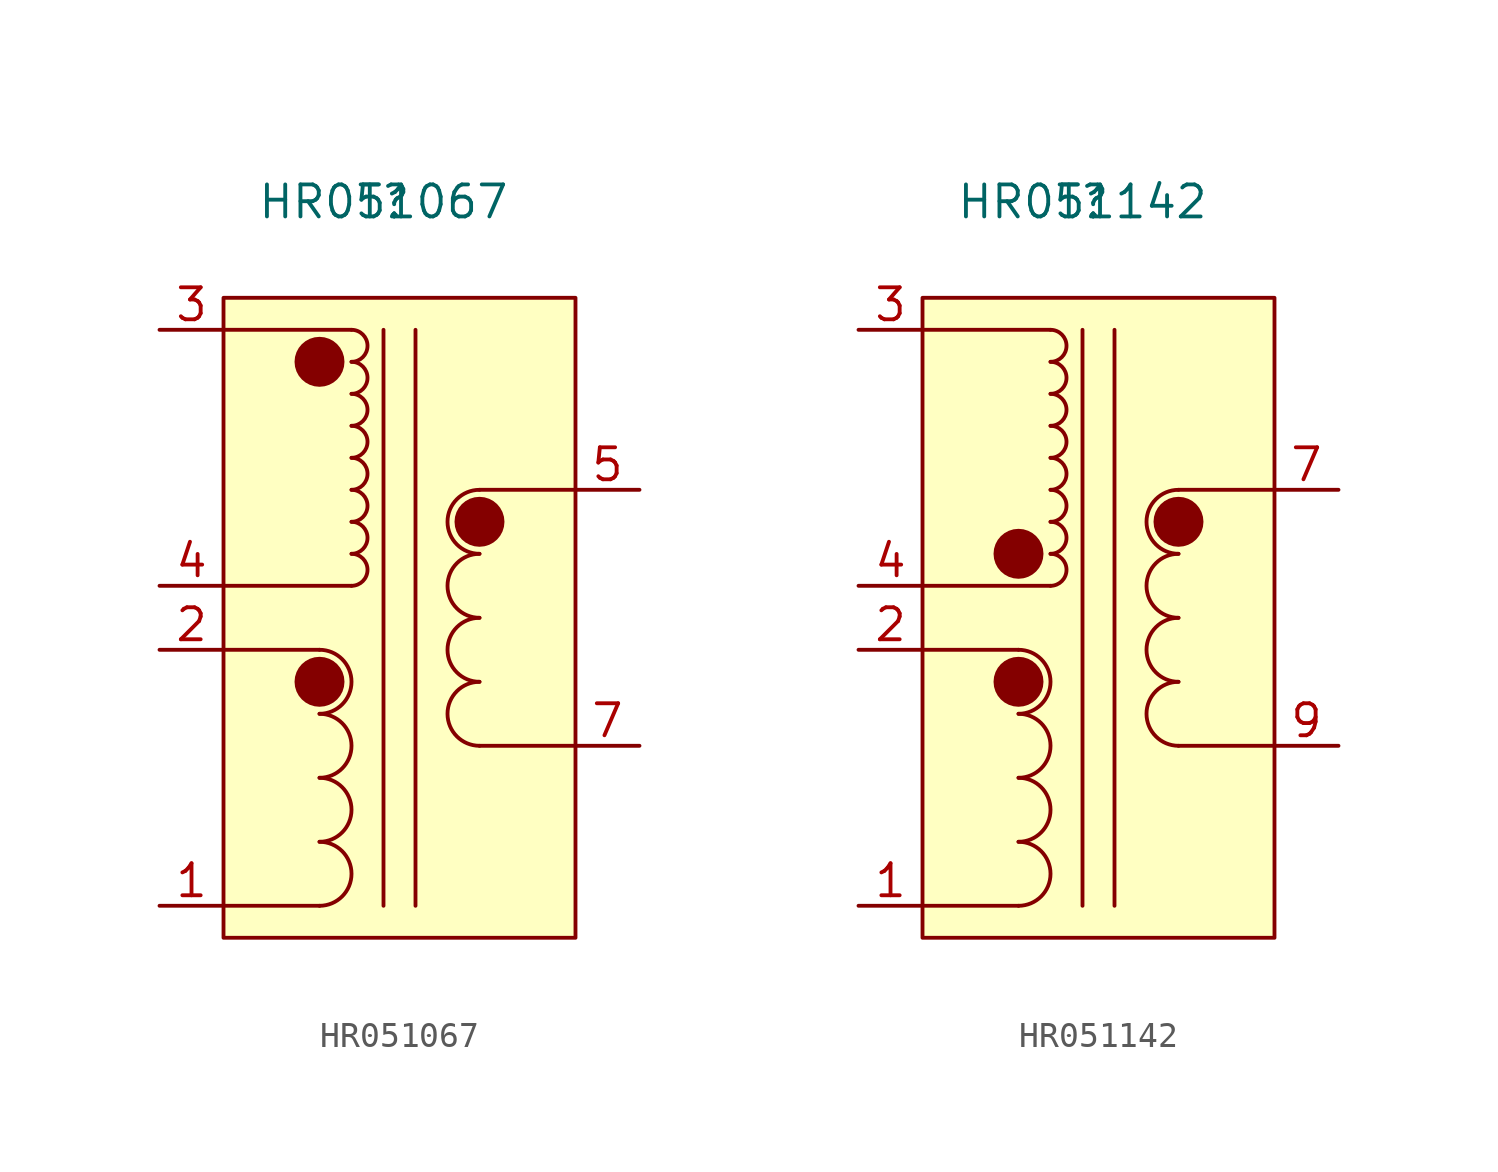
<source format=kicad_sym>
(kicad_symbol_lib
  (version 20220914)
  (generator kicad_symbol_editor)
  (symbol "HR051067"
    (pin_names
      (offset 1.016))
    (property "Reference" "T"
      (at -1.27 16.51 0)
      (effects (font (size 1.27 1.27))))
    (property "Value" "HR051067"
      (at -1.27 16.51 0)
      (effects (font (size 1.27 1.27))))
    (symbol "HR051067_0_1"
      (rectangle (start -7.62 12.7) (end 6.35 -12.7) (stroke (width 0) (type solid)) (fill (type background)))
      (circle (center -3.81 10.16) (radius 0.0001) (stroke (width 0.991) (type solid)) (fill (type none)))
      (arc (start -2.54 1.27) (mid -1.9077 1.905) (end -2.54 2.54) (stroke (width 0) (type solid)) (fill (type none)))
      (polyline (pts (xy -7.62 1.27) (xy -2.54 1.27)) (stroke (width 0) (type solid)) (fill (type none)))
      (polyline (pts (xy -2.54 11.43) (xy -7.62 11.43)) (stroke (width 0) (type solid)) (fill (type none)))
      (polyline (pts (xy -1.27 11.43) (xy -1.27 -11.43)) (stroke (width 0) (type solid)) (fill (type none)))
      (polyline (pts (xy 0 11.43) (xy 0 -11.43)) (stroke (width 0) (type solid)) (fill (type none)))
      (polyline (pts (xy 2.54 -5.08) (xy 6.35 -5.08)) (stroke (width 0) (type solid)) (fill (type none)))
      (polyline (pts (xy 2.54 5.08) (xy 6.35 5.08)) (stroke (width 0) (type solid)) (fill (type none))))
    (symbol "HR051067_1_1"
      (arc (start -3.81 -11.43) (mid -2.5455 -10.16) (end -3.81 -8.89) (stroke (width 0) (type solid)) (fill (type none)))
      (arc (start -3.81 -8.89) (mid -2.5455 -7.62) (end -3.81 -6.35) (stroke (width 0) (type solid)) (fill (type none)))
      (arc (start -3.81 -6.35) (mid -2.5455 -5.08) (end -3.81 -3.81) (stroke (width 0) (type solid)) (fill (type none)))
      (arc (start -3.81 -3.81) (mid -2.5455 -2.54) (end -3.81 -1.27) (stroke (width 0) (type solid)) (fill (type none)))
      (circle (center -3.81 -2.54) (radius 0.0001) (stroke (width 0.991) (type solid)) (fill (type none)))
      (arc (start -2.54 2.54) (mid -1.9077 3.175) (end -2.54 3.81) (stroke (width 0) (type solid)) (fill (type none)))
      (arc (start -2.54 3.81) (mid -1.9077 4.445) (end -2.54 5.08) (stroke (width 0) (type solid)) (fill (type none)))
      (arc (start -2.54 5.08) (mid -1.9077 5.715) (end -2.54 6.35) (stroke (width 0) (type solid)) (fill (type none)))
      (arc (start -2.54 6.35) (mid -1.9077 6.985) (end -2.54 7.62) (stroke (width 0) (type solid)) (fill (type none)))
      (arc (start -2.54 7.62) (mid -1.9077 8.255) (end -2.54 8.89) (stroke (width 0) (type solid)) (fill (type none)))
      (arc (start -2.54 8.89) (mid -1.9077 9.525) (end -2.54 10.16) (stroke (width 0) (type solid)) (fill (type none)))
      (arc (start -2.54 10.16) (mid -1.9077 10.795) (end -2.54 11.43) (stroke (width 0) (type solid)) (fill (type none)))
      (polyline (pts (xy -7.62 -11.43) (xy -3.81 -11.43)) (stroke (width 0) (type solid)) (fill (type none)))
      (polyline (pts (xy -7.62 -1.27) (xy -3.81 -1.27)) (stroke (width 0) (type solid)) (fill (type none)))
      (arc (start 2.54 -2.54) (mid 1.2755 -3.81) (end 2.54 -5.08) (stroke (width 0) (type solid)) (fill (type none)))
      (arc (start 2.54 0) (mid 1.2755 -1.27) (end 2.54 -2.54) (stroke (width 0) (type solid)) (fill (type none)))
      (arc (start 2.54 2.54) (mid 1.2755 1.27) (end 2.54 0) (stroke (width 0) (type solid)) (fill (type none)))
      (circle (center 2.54 3.81) (radius 0.0001) (stroke (width 0.991) (type solid)) (fill (type none)))
      (arc (start 2.54 5.08) (mid 1.2755 3.81) (end 2.54 2.54) (stroke (width 0) (type solid)) (fill (type none)))
      (pin passive line (at -10.16 -11.43 0) (length 2.54) (name "~" (effects (font (size 1.27 1.27)))) (number "1" (effects (font (size 1.27 1.27)))))
      (pin passive line (at -10.16 -1.27 0) (length 2.54) (name "~" (effects (font (size 1.27 1.27)))) (number "2" (effects (font (size 1.27 1.27)))))
      (pin passive line (at -10.16 11.43 0) (length 2.54) (name "~" (effects (font (size 1.27 1.27)))) (number "3" (effects (font (size 1.27 1.27)))))
      (pin passive line (at -10.16 1.27 0) (length 2.54) (name "~" (effects (font (size 1.27 1.27)))) (number "4" (effects (font (size 1.27 1.27)))))
      (pin passive line (at 8.89 5.08 180) (length 2.54) (name "~" (effects (font (size 1.27 1.27)))) (number "5" (effects (font (size 1.27 1.27)))))
      (pin passive line (at 8.89 5.08 180) (length 2.54) hide (name "~" (effects (font (size 1.27 1.27)))) (number "6" (effects (font (size 1.27 1.27)))))
      (pin passive line (at 8.89 -5.08 180) (length 2.54) (name "~" (effects (font (size 1.27 1.27)))) (number "7" (effects (font (size 1.27 1.27)))))
      (pin passive line (at 8.89 -5.08 180) (length 2.54) hide (name "~" (effects (font (size 1.27 1.27)))) (number "8" (effects (font (size 1.27 1.27)))))))
  (symbol "HR051142"
    (pin_names
      (offset 1.016))
    (property "Reference" "T"
      (at -1.27 16.51 0)
      (effects (font (size 1.27 1.27))))
    (property "Value" "HR051142"
      (at -1.27 16.51 0)
      (effects (font (size 1.27 1.27))))
    (symbol "HR051142_0_1"
      (rectangle (start -7.62 12.7) (end 6.35 -12.7) (stroke (width 0) (type solid)) (fill (type background)))
      (circle (center -3.81 2.54) (radius 0.0001) (stroke (width 0.991) (type solid)) (fill (type none)))
      (arc (start -2.54 1.27) (mid -1.9077 1.905) (end -2.54 2.54) (stroke (width 0) (type solid)) (fill (type none)))
      (polyline (pts (xy -7.62 1.27) (xy -2.54 1.27)) (stroke (width 0) (type solid)) (fill (type none)))
      (polyline (pts (xy -2.54 11.43) (xy -7.62 11.43)) (stroke (width 0) (type solid)) (fill (type none)))
      (polyline (pts (xy -1.27 11.43) (xy -1.27 -11.43)) (stroke (width 0) (type solid)) (fill (type none)))
      (polyline (pts (xy 0 11.43) (xy 0 -11.43)) (stroke (width 0) (type solid)) (fill (type none)))
      (polyline (pts (xy 2.54 -5.08) (xy 6.35 -5.08)) (stroke (width 0) (type solid)) (fill (type none)))
      (polyline (pts (xy 2.54 5.08) (xy 6.35 5.08)) (stroke (width 0) (type solid)) (fill (type none))))
    (symbol "HR051142_1_1"
      (arc (start -3.81 -11.43) (mid -2.5455 -10.16) (end -3.81 -8.89) (stroke (width 0) (type solid)) (fill (type none)))
      (arc (start -3.81 -8.89) (mid -2.5455 -7.62) (end -3.81 -6.35) (stroke (width 0) (type solid)) (fill (type none)))
      (arc (start -3.81 -6.35) (mid -2.5455 -5.08) (end -3.81 -3.81) (stroke (width 0) (type solid)) (fill (type none)))
      (arc (start -3.81 -3.81) (mid -2.5455 -2.54) (end -3.81 -1.27) (stroke (width 0) (type solid)) (fill (type none)))
      (circle (center -3.81 -2.54) (radius 0.0001) (stroke (width 0.991) (type solid)) (fill (type none)))
      (arc (start -2.54 2.54) (mid -1.9077 3.175) (end -2.54 3.81) (stroke (width 0) (type solid)) (fill (type none)))
      (arc (start -2.54 3.81) (mid -1.9077 4.445) (end -2.54 5.08) (stroke (width 0) (type solid)) (fill (type none)))
      (arc (start -2.54 5.08) (mid -1.9077 5.715) (end -2.54 6.35) (stroke (width 0) (type solid)) (fill (type none)))
      (arc (start -2.54 6.35) (mid -1.9077 6.985) (end -2.54 7.62) (stroke (width 0) (type solid)) (fill (type none)))
      (arc (start -2.54 7.62) (mid -1.9077 8.255) (end -2.54 8.89) (stroke (width 0) (type solid)) (fill (type none)))
      (arc (start -2.54 8.89) (mid -1.9077 9.525) (end -2.54 10.16) (stroke (width 0) (type solid)) (fill (type none)))
      (arc (start -2.54 10.16) (mid -1.9077 10.795) (end -2.54 11.43) (stroke (width 0) (type solid)) (fill (type none)))
      (polyline (pts (xy -7.62 -11.43) (xy -3.81 -11.43)) (stroke (width 0) (type solid)) (fill (type none)))
      (polyline (pts (xy -7.62 -1.27) (xy -3.81 -1.27)) (stroke (width 0) (type solid)) (fill (type none)))
      (arc (start 2.54 -2.54) (mid 1.2755 -3.81) (end 2.54 -5.08) (stroke (width 0) (type solid)) (fill (type none)))
      (arc (start 2.54 0) (mid 1.2755 -1.27) (end 2.54 -2.54) (stroke (width 0) (type solid)) (fill (type none)))
      (arc (start 2.54 2.54) (mid 1.2755 1.27) (end 2.54 0) (stroke (width 0) (type solid)) (fill (type none)))
      (circle (center 2.54 3.81) (radius 0.0001) (stroke (width 0.991) (type solid)) (fill (type none)))
      (arc (start 2.54 5.08) (mid 1.2755 3.81) (end 2.54 2.54) (stroke (width 0) (type solid)) (fill (type none)))
      (pin passive line (at -10.16 -11.43 0) (length 2.54) (name "~" (effects (font (size 1.27 1.27)))) (number "1" (effects (font (size 1.27 1.27)))))
      (pin passive line (at 8.89 -5.08 180) (length 2.54) hide (name "~" (effects (font (size 1.27 1.27)))) (number "10" (effects (font (size 1.27 1.27)))))
      (pin passive line (at -10.16 -1.27 0) (length 2.54) (name "~" (effects (font (size 1.27 1.27)))) (number "2" (effects (font (size 1.27 1.27)))))
      (pin passive line (at -10.16 11.43 0) (length 2.54) (name "~" (effects (font (size 1.27 1.27)))) (number "3" (effects (font (size 1.27 1.27)))))
      (pin passive line (at -10.16 1.27 0) (length 2.54) (name "~" (effects (font (size 1.27 1.27)))) (number "4" (effects (font (size 1.27 1.27)))))
      (pin passive line (at 8.89 5.08 180) (length 2.54) (name "~" (effects (font (size 1.27 1.27)))) (number "7" (effects (font (size 1.27 1.27)))))
      (pin passive line (at 8.89 5.08 180) (length 2.54) hide (name "~" (effects (font (size 1.27 1.27)))) (number "8" (effects (font (size 1.27 1.27)))))
      (pin passive line (at 8.89 -5.08 180) (length 2.54) (name "~" (effects (font (size 1.27 1.27)))) (number "9" (effects (font (size 1.27 1.27))))))))
</source>
